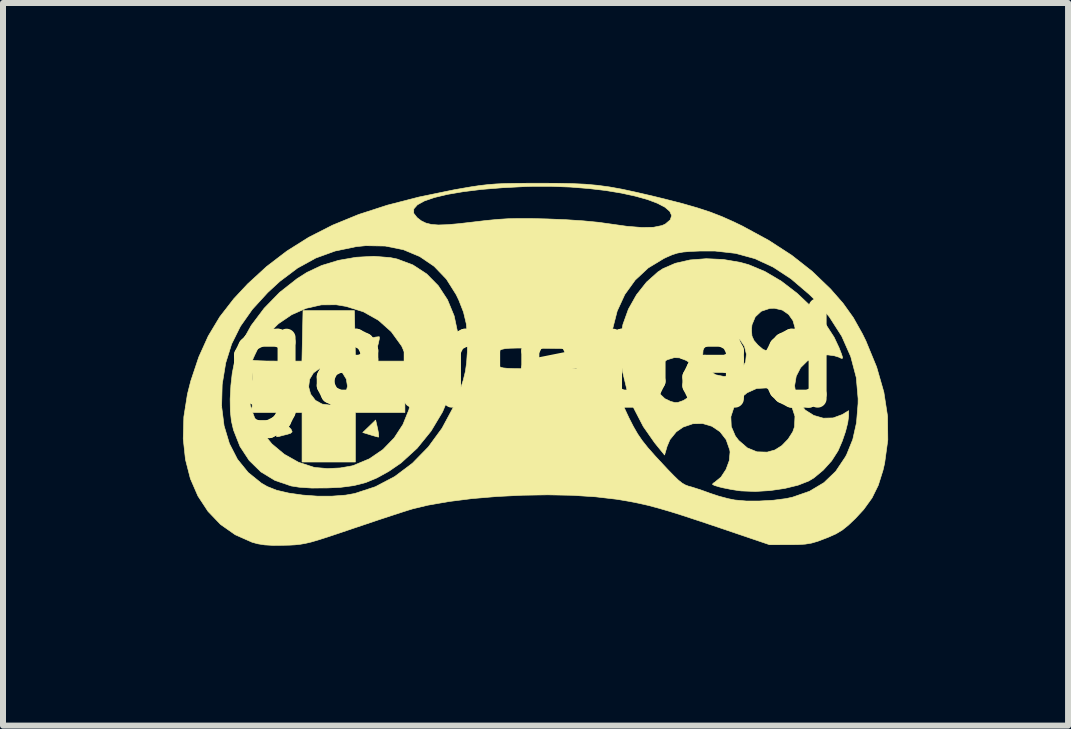
<source format=kicad_pcb>
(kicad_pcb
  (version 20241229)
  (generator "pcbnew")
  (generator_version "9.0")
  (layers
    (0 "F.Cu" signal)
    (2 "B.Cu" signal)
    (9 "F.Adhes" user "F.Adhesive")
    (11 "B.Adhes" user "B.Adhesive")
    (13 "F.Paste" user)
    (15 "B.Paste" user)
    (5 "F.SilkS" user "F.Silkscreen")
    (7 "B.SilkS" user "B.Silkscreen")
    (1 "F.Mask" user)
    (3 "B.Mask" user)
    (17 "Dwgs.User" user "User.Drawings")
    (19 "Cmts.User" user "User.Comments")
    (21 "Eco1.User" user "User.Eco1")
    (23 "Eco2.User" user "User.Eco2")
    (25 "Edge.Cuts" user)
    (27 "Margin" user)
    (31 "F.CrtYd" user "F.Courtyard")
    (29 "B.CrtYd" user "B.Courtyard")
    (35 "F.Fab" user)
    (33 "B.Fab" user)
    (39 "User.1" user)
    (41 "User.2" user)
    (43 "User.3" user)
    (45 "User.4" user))
  (footprint "gamepad"
    (layer "F.Cu")
    (at 5.828 2.907)
    (property "Reference" "gamepad" (at 0 0 0) (layer "F.SilkS") (effects (font (size 1.524 1.524) (thickness 0.3))))
    (attr through_hole)
    (fp_poly (pts (xy -4.131 -0.323) (xy -4.096 -0.312) (xy -3.966 -0.269) (xy -4.073 -0.165) (xy -4.18 -0.061) (xy -4.22 -0.193) (xy -4.24 -0.276) (xy -4.246 -0.331) (xy -4.243 -0.34) (xy -4.206 -0.341) (xy -4.131 -0.323)) (stroke (width 0.01) (type solid)) (fill yes) (layer "F.SilkS"))
    (fp_poly (pts (xy -2.582 1.19) (xy -2.566 1.274) (xy -2.564 1.324) (xy -2.568 1.331) (xy -2.608 1.321) (xy -2.684 1.299) (xy -2.709 1.291) (xy -2.83 1.254) (xy -2.722 1.15) (xy -2.615 1.046) (xy -2.582 1.19)) (stroke (width 0.01) (type solid)) (fill yes) (layer "F.SilkS"))
    (fp_poly (pts (xy -2.553 -0.341) (xy -2.554 -0.306) (xy -2.57 -0.232) (xy -2.58 -0.194) (xy -2.619 -0.06) (xy -2.727 -0.17) (xy -2.834 -0.281) (xy -2.7 -0.317) (xy -2.616 -0.337) (xy -2.561 -0.343) (xy -2.553 -0.341)) (stroke (width 0.01) (type solid)) (fill yes) (layer "F.SilkS"))
    (fp_poly (pts (xy -4.134 1.092) (xy -4.095 1.128) (xy -4.026 1.199) (xy -4.007 1.242) (xy -4.035 1.268) (xy -4.088 1.284) (xy -4.173 1.305) (xy -4.23 1.321) (xy -4.264 1.325) (xy -4.269 1.296) (xy -4.251 1.232) (xy -4.224 1.147) (xy -4.204 1.085) (xy -4.203 1.082) (xy -4.181 1.065) (xy -4.134 1.092)) (stroke (width 0.01) (type solid)) (fill yes) (layer "F.SilkS"))
    (fp_poly (pts (xy -2.37 -1.662) (xy -2.255 -1.638) (xy -1.994 -1.54) (xy -1.764 -1.39) (xy -1.571 -1.194) (xy -1.417 -0.959) (xy -1.306 -0.69) (xy -1.243 -0.392) (xy -1.23 -0.143) (xy -1.264 0.215) (xy -1.356 0.57) (xy -1.5 0.911) (xy -1.691 1.23) (xy -1.923 1.516) (xy -2.191 1.761) (xy -2.395 1.901) (xy -2.594 2.011) (xy -2.782 2.089) (xy -2.978 2.139) (xy -3.2 2.168) (xy -3.413 2.178) (xy -3.68 2.18) (xy -3.89 2.166) (xy -4.024 2.145) (xy -4.294 2.053) (xy -4.529 1.91) (xy -4.724 1.719) (xy -4.877 1.486) (xy -4.985 1.212) (xy -5.02 1.062) (xy -5.038 0.898) (xy -5.041 0.696) (xy -5.029 0.478) (xy -5.029 0.473) (xy -4.728 0.473) (xy -4.726 0.601) (xy -4.717 0.717) (xy -4.704 0.807) (xy -4.686 0.854) (xy -4.679 0.857) (xy -4.675 0.828) (xy -4.671 0.747) (xy -4.67 0.627) (xy -4.669 0.493) (xy -3.732 0.493) (xy -3.699 0.614) (xy -3.619 0.718) (xy -3.507 0.78) (xy -3.382 0.796) (xy -3.26 0.762) (xy -3.197 0.717) (xy -3.114 0.604) (xy -3.085 0.482) (xy -3.104 0.363) (xy -3.167 0.261) (xy -3.269 0.188) (xy -3.404 0.159) (xy -3.413 0.159) (xy -3.549 0.186) (xy -3.652 0.26) (xy -3.716 0.366) (xy -3.732 0.493) (xy -4.669 0.493) (xy -4.669 0.484) (xy -4.672 0.323) (xy -4.679 0.217) (xy -4.689 0.169) (xy -4.699 0.175) (xy -4.715 0.244) (xy -4.725 0.348) (xy -4.728 0.473) (xy -5.029 0.473) (xy -5.006 0.266) (xy -4.97 0.085) (xy -4.969 0.079) (xy -4.957 0.047) (xy -4.667 0.047) (xy -4.637 0.053) (xy -4.556 0.058) (xy -4.435 0.062) (xy -4.285 0.063) (xy -4.255 0.064) (xy -3.844 0.064) (xy -3.835 -0.357) (xy -3.826 -0.778) (xy -2.969 -0.778) (xy -2.96 -0.357) (xy -2.951 0.064) (xy -2.127 0.064) (xy -2.127 0.921) (xy -2.953 0.921) (xy -2.953 1.746) (xy -3.842 1.746) (xy -3.842 0.921) (xy -4.666 0.921) (xy -4.633 1.008) (xy -4.514 1.237) (xy -4.346 1.443) (xy -4.138 1.617) (xy -3.903 1.749) (xy -3.653 1.831) (xy -3.614 1.838) (xy -3.418 1.855) (xy -3.206 1.845) (xy -3.013 1.811) (xy -2.985 1.803) (xy -2.721 1.693) (xy -2.493 1.537) (xy -2.305 1.343) (xy -2.16 1.12) (xy -2.06 0.873) (xy -2.008 0.612) (xy -2.009 0.345) (xy -2.064 0.078) (xy -2.178 -0.18) (xy -2.181 -0.187) (xy -2.354 -0.426) (xy -2.568 -0.617) (xy -2.82 -0.759) (xy -3.11 -0.849) (xy -3.273 -0.876) (xy -3.522 -0.874) (xy -3.773 -0.817) (xy -4.015 -0.71) (xy -4.236 -0.56) (xy -4.426 -0.372) (xy -4.574 -0.153) (xy -4.585 -0.133) (xy -4.629 -0.042) (xy -4.659 0.024) (xy -4.667 0.047) (xy -4.957 0.047) (xy -4.858 -0.228) (xy -4.69 -0.53) (xy -4.474 -0.817) (xy -4.217 -1.081) (xy -3.925 -1.311) (xy -3.758 -1.417) (xy -3.515 -1.531) (xy -3.236 -1.616) (xy -2.939 -1.668) (xy -2.644 -1.684) (xy -2.37 -1.662)) (stroke (width 0.01) (type solid)) (fill yes) (layer "F.SilkS"))
    (fp_poly (pts (xy 3.181 -1.631) (xy 3.463 -1.583) (xy 3.604 -1.544) (xy 3.876 -1.43) (xy 4.15 -1.268) (xy 4.413 -1.066) (xy 4.655 -0.837) (xy 4.864 -0.589) (xy 5.029 -0.334) (xy 5.111 -0.16) (xy 5.152 -0.054) (xy 5.17 0.003) (xy 5.163 0.021) (xy 5.133 0.011) (xy 5.108 -0.002) (xy 5.034 -0.025) (xy 4.933 -0.039) (xy 4.909 -0.04) (xy 4.732 -0.014) (xy 4.584 0.06) (xy 4.47 0.173) (xy 4.397 0.315) (xy 4.37 0.475) (xy 4.396 0.644) (xy 4.443 0.751) (xy 4.548 0.88) (xy 4.689 0.969) (xy 4.848 1.015) (xy 5.012 1.011) (xy 5.164 0.955) (xy 5.167 0.953) (xy 5.271 0.89) (xy 5.271 0.979) (xy 5.256 1.091) (xy 5.219 1.238) (xy 5.164 1.398) (xy 5.099 1.549) (xy 5.09 1.566) (xy 4.987 1.727) (xy 4.848 1.881) (xy 4.695 2.008) (xy 4.607 2.062) (xy 4.428 2.132) (xy 4.207 2.186) (xy 3.962 2.222) (xy 3.714 2.237) (xy 3.482 2.228) (xy 3.445 2.224) (xy 3.311 2.203) (xy 3.177 2.176) (xy 3.112 2.16) (xy 3.029 2.135) (xy 3 2.117) (xy 3.015 2.098) (xy 3.038 2.084) (xy 3.143 1.997) (xy 3.227 1.869) (xy 3.281 1.722) (xy 3.294 1.579) (xy 3.289 1.546) (xy 3.229 1.374) (xy 3.126 1.241) (xy 2.991 1.15) (xy 2.836 1.104) (xy 2.672 1.108) (xy 2.51 1.164) (xy 2.397 1.243) (xy 2.291 1.374) (xy 2.244 1.485) (xy 2.202 1.629) (xy 2.037 1.426) (xy 1.847 1.154) (xy 1.762 0.99) (xy 3.307 0.99) (xy 3.314 1.154) (xy 3.382 1.313) (xy 3.438 1.386) (xy 3.583 1.511) (xy 3.743 1.576) (xy 3.913 1.581) (xy 4.042 1.545) (xy 4.156 1.473) (xy 4.261 1.365) (xy 4.339 1.243) (xy 4.368 1.16) (xy 4.376 0.985) (xy 4.326 0.83) (xy 4.217 0.685) (xy 4.211 0.678) (xy 4.059 0.564) (xy 3.899 0.511) (xy 3.737 0.52) (xy 3.579 0.591) (xy 3.472 0.678) (xy 3.36 0.829) (xy 3.307 0.99) (xy 1.762 0.99) (xy 1.692 0.855) (xy 1.574 0.54) (xy 1.529 0.352) (xy 2.032 0.352) (xy 2.05 0.479) (xy 2.108 0.596) (xy 2.207 0.69) (xy 2.302 0.735) (xy 2.371 0.754) (xy 2.424 0.753) (xy 2.493 0.729) (xy 2.52 0.718) (xy 2.644 0.638) (xy 2.724 0.528) (xy 2.759 0.402) (xy 2.747 0.273) (xy 2.688 0.156) (xy 2.582 0.064) (xy 2.552 0.048) (xy 2.457 0.012) (xy 2.835 0.012) (xy 2.858 0.097) (xy 2.939 0.216) (xy 3.055 0.292) (xy 3.194 0.32) (xy 3.34 0.295) (xy 3.392 0.273) (xy 3.495 0.188) (xy 3.553 0.075) (xy 3.566 -0.053) (xy 3.535 -0.181) (xy 3.46 -0.293) (xy 3.36 -0.368) (xy 3.229 -0.405) (xy 3.101 -0.388) (xy 2.987 -0.329) (xy 2.898 -0.236) (xy 2.844 -0.119) (xy 2.835 0.012) (xy 2.457 0.012) (xy 2.45 0.009) (xy 2.362 0.006) (xy 2.256 0.038) (xy 2.239 0.045) (xy 2.126 0.122) (xy 2.057 0.229) (xy 2.032 0.352) (xy 1.529 0.352) (xy 1.497 0.22) (xy 1.463 -0.092) (xy 1.476 -0.386) (xy 1.49 -0.457) (xy 3.651 -0.457) (xy 3.659 -0.355) (xy 3.693 -0.279) (xy 3.759 -0.203) (xy 3.843 -0.132) (xy 3.922 -0.101) (xy 3.998 -0.095) (xy 4.104 -0.108) (xy 4.196 -0.14) (xy 4.21 -0.148) (xy 4.315 -0.248) (xy 4.37 -0.366) (xy 4.377 -0.492) (xy 4.343 -0.611) (xy 4.271 -0.714) (xy 4.166 -0.787) (xy 4.032 -0.818) (xy 3.956 -0.815) (xy 3.815 -0.768) (xy 3.714 -0.674) (xy 3.659 -0.542) (xy 3.651 -0.457) (xy 1.49 -0.457) (xy 1.508 -0.549) (xy 1.599 -0.802) (xy 1.734 -1.042) (xy 1.902 -1.254) (xy 2.091 -1.423) (xy 2.175 -1.478) (xy 2.38 -1.567) (xy 2.625 -1.623) (xy 2.897 -1.644) (xy 3.181 -1.631)) (stroke (width 0.01) (type solid)) (fill yes) (layer "F.SilkS"))
    (fp_poly (pts (xy 0.416 -2.901) (xy 0.662 -2.896) (xy 0.879 -2.886) (xy 1.08 -2.868) (xy 1.28 -2.841) (xy 1.491 -2.803) (xy 1.727 -2.752) (xy 2.003 -2.688) (xy 2.207 -2.638) (xy 2.5 -2.563) (xy 2.747 -2.492) (xy 2.961 -2.422) (xy 3.16 -2.345) (xy 3.357 -2.257) (xy 3.5 -2.188) (xy 3.938 -1.95) (xy 4.322 -1.701) (xy 4.663 -1.433) (xy 4.969 -1.139) (xy 5.178 -0.9) (xy 5.349 -0.661) (xy 5.499 -0.394) (xy 5.559 -0.272) (xy 5.738 0.163) (xy 5.858 0.581) (xy 5.92 0.984) (xy 5.924 1.378) (xy 5.871 1.766) (xy 5.844 1.883) (xy 5.765 2.134) (xy 5.661 2.345) (xy 5.521 2.539) (xy 5.385 2.686) (xy 5.265 2.8) (xy 5.164 2.881) (xy 5.059 2.944) (xy 4.928 3.002) (xy 4.889 3.017) (xy 4.758 3.067) (xy 4.651 3.098) (xy 4.547 3.115) (xy 4.421 3.123) (xy 4.286 3.124) (xy 3.953 3.125) (xy 3.096 2.834) (xy 2.782 2.729) (xy 2.519 2.642) (xy 2.296 2.572) (xy 2.104 2.516) (xy 1.933 2.47) (xy 1.774 2.434) (xy 1.618 2.403) (xy 1.454 2.375) (xy 1.397 2.366) (xy 1.052 2.326) (xy 0.667 2.301) (xy 0.255 2.293) (xy -0.17 2.3) (xy -0.595 2.321) (xy -1.009 2.356) (xy -1.396 2.405) (xy -1.745 2.466) (xy -1.995 2.526) (xy -2.074 2.55) (xy -2.203 2.591) (xy -2.371 2.646) (xy -2.569 2.711) (xy -2.785 2.784) (xy -2.985 2.851) (xy -3.227 2.933) (xy -3.419 2.997) (xy -3.57 3.045) (xy -3.69 3.08) (xy -3.788 3.103) (xy -3.875 3.118) (xy -3.959 3.127) (xy -4.05 3.132) (xy -4.143 3.134) (xy -4.326 3.136) (xy -4.464 3.128) (xy -4.578 3.11) (xy -4.674 3.084) (xy -4.956 2.959) (xy -5.202 2.786) (xy -5.41 2.569) (xy -5.578 2.313) (xy -5.704 2.023) (xy -5.786 1.704) (xy -5.823 1.359) (xy -5.813 0.994) (xy -5.785 0.817) (xy -5.183 0.817) (xy -5.142 1.143) (xy -5.053 1.439) (xy -4.919 1.7) (xy -4.74 1.921) (xy -4.519 2.099) (xy -4.42 2.156) (xy -4.265 2.217) (xy -4.063 2.264) (xy -3.831 2.297) (xy -3.586 2.315) (xy -3.342 2.315) (xy -3.116 2.298) (xy -2.964 2.271) (xy -2.62 2.158) (xy -2.297 1.988) (xy -2.002 1.766) (xy -1.737 1.495) (xy -1.508 1.182) (xy -1.318 0.829) (xy -1.213 0.564) (xy -1.156 0.386) (xy -1.119 0.237) (xy -1.098 0.086) (xy -1.091 -0.022) (xy -0.598 -0.022) (xy -0.59 0.084) (xy -0.57 0.129) (xy -0.556 0.15) (xy -0.531 0.166) (xy -0.488 0.177) (xy -0.417 0.184) (xy -0.311 0.188) (xy -0.161 0.19) (xy 0.042 0.19) (xy 0.097 0.191) (xy 0.732 0.191) (xy 0.768 0.11) (xy 0.788 -0.002) (xy 0.775 -0.057) (xy 0.746 -0.14) (xy 1.309 -0.14) (xy 1.313 -0.032) (xy 1.333 0.191) (xy 1.367 0.387) (xy 1.421 0.577) (xy 1.501 0.78) (xy 1.606 1.005) (xy 1.683 1.156) (xy 1.754 1.279) (xy 1.831 1.391) (xy 1.925 1.509) (xy 2.048 1.648) (xy 2.114 1.719) (xy 2.251 1.866) (xy 2.354 1.972) (xy 2.431 2.047) (xy 2.492 2.096) (xy 2.545 2.127) (xy 2.599 2.148) (xy 2.648 2.161) (xy 2.728 2.186) (xy 2.842 2.224) (xy 2.96 2.267) (xy 3.105 2.315) (xy 3.263 2.357) (xy 3.373 2.379) (xy 3.562 2.396) (xy 3.785 2.396) (xy 4.016 2.383) (xy 4.226 2.356) (xy 4.336 2.332) (xy 4.62 2.233) (xy 4.859 2.09) (xy 5.056 1.901) (xy 5.216 1.662) (xy 5.239 1.619) (xy 5.34 1.369) (xy 5.402 1.091) (xy 5.428 0.773) (xy 5.429 0.692) (xy 5.398 0.337) (xy 5.306 -0.012) (xy 5.156 -0.351) (xy 4.949 -0.674) (xy 4.689 -0.976) (xy 4.611 -1.052) (xy 4.311 -1.308) (xy 4.012 -1.504) (xy 3.707 -1.645) (xy 3.386 -1.733) (xy 3.041 -1.772) (xy 2.797 -1.772) (xy 2.632 -1.765) (xy 2.512 -1.755) (xy 2.418 -1.738) (xy 2.33 -1.71) (xy 2.231 -1.667) (xy 2.187 -1.646) (xy 1.93 -1.49) (xy 1.713 -1.288) (xy 1.539 -1.047) (xy 1.412 -0.771) (xy 1.334 -0.466) (xy 1.309 -0.14) (xy 0.746 -0.14) (xy 0.745 -0.143) (xy 0.121 -0.151) (xy -0.097 -0.154) (xy -0.261 -0.154) (xy -0.379 -0.151) (xy -0.459 -0.144) (xy -0.511 -0.133) (xy -0.543 -0.118) (xy -0.553 -0.11) (xy -0.598 -0.022) (xy -1.091 -0.022) (xy -1.086 -0.095) (xy -1.086 -0.096) (xy -1.084 -0.348) (xy -1.104 -0.56) (xy -1.15 -0.753) (xy -1.227 -0.95) (xy -1.272 -1.044) (xy -1.435 -1.303) (xy -1.639 -1.516) (xy -1.88 -1.68) (xy -2.153 -1.794) (xy -2.455 -1.855) (xy -2.781 -1.861) (xy -2.939 -1.845) (xy -3.29 -1.772) (xy -3.613 -1.655) (xy -3.918 -1.487) (xy -4.213 -1.265) (xy -4.415 -1.079) (xy -4.671 -0.799) (xy -4.87 -0.516) (xy -5.016 -0.222) (xy -5.115 0.094) (xy -5.172 0.443) (xy -5.174 0.463) (xy -5.183 0.817) (xy -5.785 0.817) (xy -5.753 0.614) (xy -5.697 0.394) (xy -5.564 -0.004) (xy -5.406 -0.354) (xy -5.214 -0.674) (xy -4.979 -0.977) (xy -4.749 -1.223) (xy -4.432 -1.514) (xy -4.094 -1.772) (xy -3.73 -2.001) (xy -3.333 -2.203) (xy -2.899 -2.381) (xy -2.834 -2.402) (xy -1.981 -2.402) (xy -1.924 -2.329) (xy -1.854 -2.275) (xy -1.778 -2.238) (xy -1.686 -2.215) (xy -1.57 -2.206) (xy -1.42 -2.211) (xy -1.226 -2.228) (xy -0.992 -2.255) (xy -0.771 -2.281) (xy -0.584 -2.299) (xy -0.412 -2.31) (xy -0.236 -2.314) (xy -0.037 -2.314) (xy 0.204 -2.308) (xy 0.246 -2.307) (xy 0.559 -2.294) (xy 0.848 -2.275) (xy 1.098 -2.251) (xy 1.27 -2.227) (xy 1.576 -2.184) (xy 1.825 -2.164) (xy 2.019 -2.168) (xy 2.16 -2.197) (xy 2.215 -2.222) (xy 2.297 -2.292) (xy 2.32 -2.363) (xy 2.289 -2.433) (xy 2.209 -2.502) (xy 2.083 -2.568) (xy 1.916 -2.631) (xy 1.714 -2.687) (xy 1.48 -2.738) (xy 1.219 -2.781) (xy 0.935 -2.814) (xy 0.634 -2.838) (xy 0.32 -2.85) (xy -0.004 -2.85) (xy -0.111 -2.847) (xy -0.499 -2.827) (xy -0.848 -2.799) (xy -1.155 -2.761) (xy -1.419 -2.716) (xy -1.636 -2.664) (xy -1.804 -2.606) (xy -1.919 -2.542) (xy -1.979 -2.474) (xy -1.981 -2.402) (xy -2.834 -2.402) (xy -2.421 -2.536) (xy -1.893 -2.672) (xy -1.311 -2.792) (xy -1.18 -2.815) (xy -1.018 -2.843) (xy -0.877 -2.864) (xy -0.745 -2.879) (xy -0.609 -2.89) (xy -0.457 -2.897) (xy -0.275 -2.9) (xy -0.051 -2.902) (xy 0.127 -2.902) (xy 0.416 -2.901)) (stroke (width 0.01) (type solid)) (fill yes) (layer "F.SilkS")))
  (gr_rect
    (start -3 -3)
    (end 14.757 9.048)
    (stroke (width 0.1) (type default))
    (fill no)
    (layer "Edge.Cuts")))
</source>
